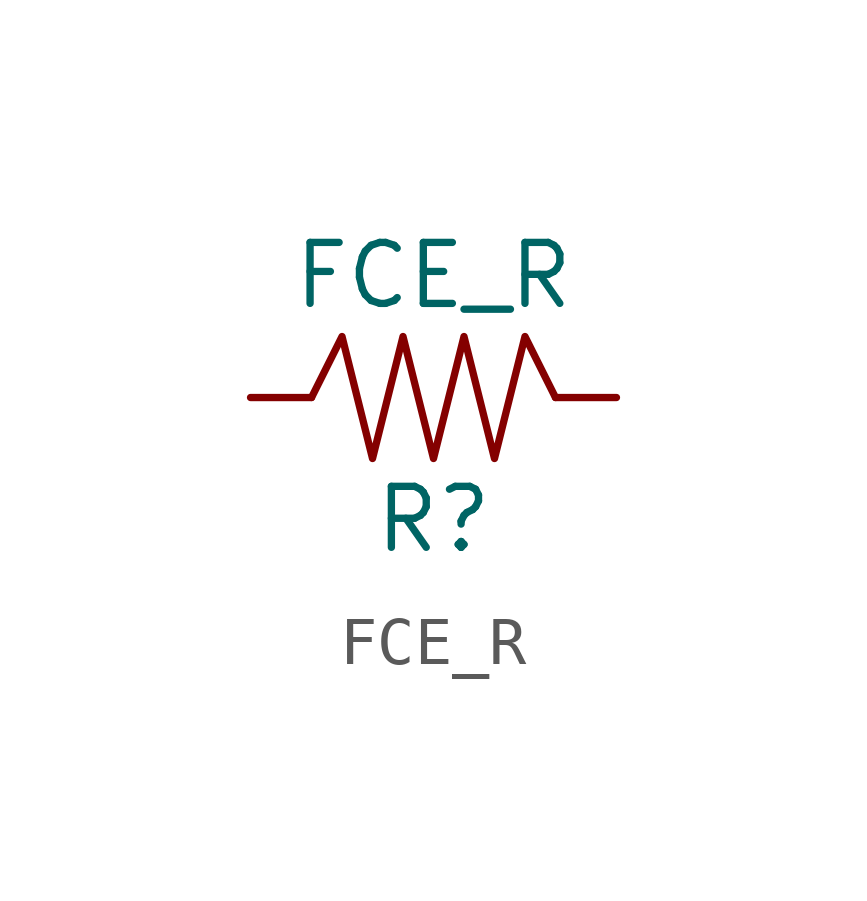
<source format=kicad_sym>
(kicad_symbol_lib
  (version 20211014)
  (generator kicad_symbol_editor)
  (symbol "FCE_R"
    (pin_numbers hide)
    (pin_names
      (offset 0) hide)
    (property "Reference" "R"
      (at 0 -2.54 0)
      (effects (font (size 1.27 1.27))))
    (property "Value" "FCE_R"
      (at 0 2.54 0)
      (effects (font (size 1.27 1.27))))
    (property "Footprint" ""
      (at 0 0 0)
      (effects (font (size 1.27 1.27))))
    (property "Datasheet" ""
      (at 0 0 0)
      (effects (font (size 1.27 1.27))))
    (symbol "FCE_R_0_1"
      (polyline (pts (xy -2.54 0) (xy -1.905 1.27) (xy -1.27 -1.27) (xy -0.635 1.27) (xy 0 -1.27) (xy 0.635 1.27) (xy 1.27 -1.27) (xy 1.905 1.27) (xy 2.54 0)) (stroke (width 0) (type default) (color 0 0 0 0)) (fill (type none))))
    (symbol "FCE_R_1_1"
      (pin passive line (at -3.81 0 0) (length 1.27) (name "A" (effects (font (size 0.813 0.813)))) (number "1" (effects (font (size 0.813 0.813)))))
      (pin passive line (at 3.81 0 180) (length 1.27) (name "K" (effects (font (size 0.813 0.813)))) (number "2" (effects (font (size 0.813 0.813))))))))
</source>
